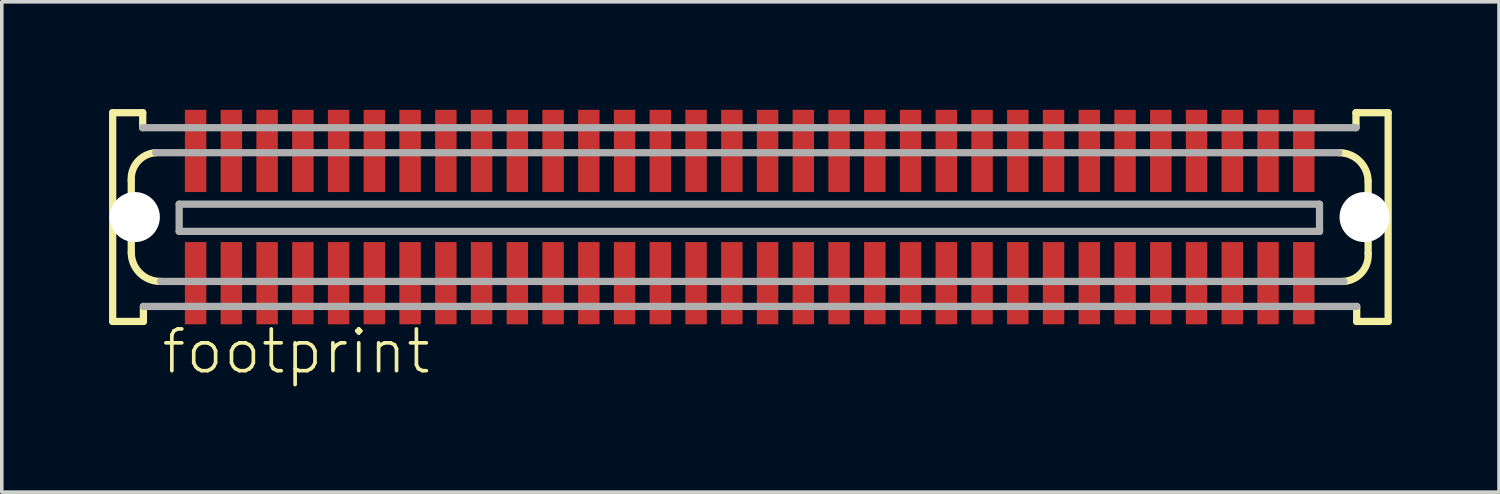
<source format=kicad_pcb>
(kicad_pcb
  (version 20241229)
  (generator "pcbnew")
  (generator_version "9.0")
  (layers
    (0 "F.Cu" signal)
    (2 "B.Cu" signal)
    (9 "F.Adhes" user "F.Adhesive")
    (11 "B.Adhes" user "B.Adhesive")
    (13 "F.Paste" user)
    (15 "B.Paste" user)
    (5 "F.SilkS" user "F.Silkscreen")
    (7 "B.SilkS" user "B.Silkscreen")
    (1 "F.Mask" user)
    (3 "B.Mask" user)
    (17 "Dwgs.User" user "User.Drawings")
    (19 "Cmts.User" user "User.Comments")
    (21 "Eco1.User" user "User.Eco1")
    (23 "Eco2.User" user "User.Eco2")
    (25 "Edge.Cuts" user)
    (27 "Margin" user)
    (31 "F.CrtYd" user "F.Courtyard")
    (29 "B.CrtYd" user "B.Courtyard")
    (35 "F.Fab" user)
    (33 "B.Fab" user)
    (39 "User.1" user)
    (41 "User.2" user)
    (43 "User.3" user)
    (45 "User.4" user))
  (footprint "footprint"
    (layer "F.Cu")
    (at 17.922 3.022)
    (property "Reference" "footprint" (at -16.51 4.445 0) (layer "F.SilkS") (effects (font (size 1.168 1.168) (thickness 0.102)) (justify left bottom)))
    (fp_line (start -17.82 -2.92) (end -16.98 -2.92) (stroke (width 0.203) (type solid)) (layer "F.SilkS"))
    (fp_line (start -17.82 2.92) (end -17.82 -2.92) (stroke (width 0.203) (type solid)) (layer "F.SilkS"))
    (fp_line (start -17.3 0.98) (end -17.3 -1.02) (stroke (width 0.203) (type solid)) (layer "F.SilkS"))
    (fp_line (start -16.98 -2.92) (end -16.98 -2.5) (stroke (width 0.203) (type solid)) (layer "F.SilkS"))
    (fp_line (start -16.96 2.5) (end -16.96 2.92) (stroke (width 0.203) (type solid)) (layer "F.SilkS"))
    (fp_line (start -16.96 2.92) (end -17.82 2.92) (stroke (width 0.203) (type solid)) (layer "F.SilkS"))
    (fp_line (start 16.96 -2.92) (end 17.86 -2.92) (stroke (width 0.203) (type solid)) (layer "F.SilkS"))
    (fp_line (start 16.96 -2.5) (end 16.96 -2.92) (stroke (width 0.203) (type solid)) (layer "F.SilkS"))
    (fp_line (start 16.98 2.92) (end 16.98 2.5) (stroke (width 0.203) (type solid)) (layer "F.SilkS"))
    (fp_line (start 17.3 -0.98) (end 17.3 1.02) (stroke (width 0.203) (type solid)) (layer "F.SilkS"))
    (fp_line (start 17.86 -2.92) (end 17.86 2.92) (stroke (width 0.203) (type solid)) (layer "F.SilkS"))
    (fp_line (start 17.86 2.92) (end 16.98 2.92) (stroke (width 0.203) (type solid)) (layer "F.SilkS"))
    (fp_arc (start -17.3 -1.02) (mid -17.121543 -1.550833) (end -16.62 -1.8) (stroke (width 0.2032) (type solid)) (layer "F.SilkS"))
    (fp_arc (start -16.48 1.8) (mid -17.055686 1.569827) (end -17.300001 0.999999) (stroke (width 0.2032) (type solid)) (layer "F.SilkS"))
    (fp_arc (start 16.48 -1.8) (mid 17.055686 -1.569827) (end 17.300001 -0.999999) (stroke (width 0.2032) (type solid)) (layer "F.SilkS"))
    (fp_arc (start 17.3 1.02) (mid 17.121543 1.550833) (end 16.62 1.8) (stroke (width 0.2032) (type solid)) (layer "F.SilkS"))
    (fp_line (start -16.98 -2.5) (end 16.96 -2.5) (stroke (width 0.203) (type solid)) (layer "F.Fab"))
    (fp_line (start -16.62 -1.8) (end 16.48 -1.8) (stroke (width 0.203) (type solid)) (layer "F.Fab"))
    (fp_line (start -15.96 -0.36) (end 15.94 -0.36) (stroke (width 0.203) (type solid)) (layer "F.Fab"))
    (fp_line (start -15.96 0.4) (end -15.96 -0.36) (stroke (width 0.203) (type solid)) (layer "F.Fab"))
    (fp_line (start 15.94 -0.36) (end 15.94 0.4) (stroke (width 0.203) (type solid)) (layer "F.Fab"))
    (fp_line (start 15.94 0.4) (end -15.96 0.4) (stroke (width 0.203) (type solid)) (layer "F.Fab"))
    (fp_line (start 16.6 1.8) (end -16.48 1.8) (stroke (width 0.203) (type solid)) (layer "F.Fab"))
    (fp_line (start 16.62 1.8) (end 16.6 1.8) (stroke (width 0.203) (type solid)) (layer "F.Fab"))
    (fp_line (start 16.98 2.5) (end -16.96 2.5) (stroke (width 0.203) (type solid)) (layer "F.Fab"))
    (pad "" np_thru_hole circle (at -17.2 0) (size 1.4 1.4) (drill 1.4) (layers "*.Cu" "*.Mask"))
    (pad "" np_thru_hole circle (at 17.2 0) (size 1.4 1.4) (drill 1.4) (layers "*.Cu" "*.Mask"))
    (pad "1" smd rect (at -15.5 1.85) (size 0.6 2.3) (layers "F.Cu" "F.Mask" "F.Paste"))
    (pad "2" smd rect (at -14.5 1.85) (size 0.6 2.3) (layers "F.Cu" "F.Mask" "F.Paste"))
    (pad "3" smd rect (at -13.5 1.85) (size 0.6 2.3) (layers "F.Cu" "F.Mask" "F.Paste"))
    (pad "4" smd rect (at -12.5 1.85) (size 0.6 2.3) (layers "F.Cu" "F.Mask" "F.Paste"))
    (pad "5" smd rect (at -11.5 1.85) (size 0.6 2.3) (layers "F.Cu" "F.Mask" "F.Paste"))
    (pad "6" smd rect (at -10.5 1.85) (size 0.6 2.3) (layers "F.Cu" "F.Mask" "F.Paste"))
    (pad "7" smd rect (at -9.5 1.85) (size 0.6 2.3) (layers "F.Cu" "F.Mask" "F.Paste"))
    (pad "8" smd rect (at -8.5 1.85) (size 0.6 2.3) (layers "F.Cu" "F.Mask" "F.Paste"))
    (pad "9" smd rect (at -7.5 1.85) (size 0.6 2.3) (layers "F.Cu" "F.Mask" "F.Paste"))
    (pad "10" smd rect (at -6.5 1.85) (size 0.6 2.3) (layers "F.Cu" "F.Mask" "F.Paste"))
    (pad "11" smd rect (at -5.5 1.85) (size 0.6 2.3) (layers "F.Cu" "F.Mask" "F.Paste"))
    (pad "12" smd rect (at -4.5 1.85) (size 0.6 2.3) (layers "F.Cu" "F.Mask" "F.Paste"))
    (pad "13" smd rect (at -3.5 1.85) (size 0.6 2.3) (layers "F.Cu" "F.Mask" "F.Paste"))
    (pad "14" smd rect (at -2.5 1.85) (size 0.6 2.3) (layers "F.Cu" "F.Mask" "F.Paste"))
    (pad "15" smd rect (at -1.5 1.85) (size 0.6 2.3) (layers "F.Cu" "F.Mask" "F.Paste"))
    (pad "16" smd rect (at -0.5 1.85) (size 0.6 2.3) (layers "F.Cu" "F.Mask" "F.Paste"))
    (pad "17" smd rect (at 0.5 1.85) (size 0.6 2.3) (layers "F.Cu" "F.Mask" "F.Paste"))
    (pad "18" smd rect (at 1.5 1.85) (size 0.6 2.3) (layers "F.Cu" "F.Mask" "F.Paste"))
    (pad "19" smd rect (at 2.5 1.85) (size 0.6 2.3) (layers "F.Cu" "F.Mask" "F.Paste"))
    (pad "20" smd rect (at 3.5 1.85) (size 0.6 2.3) (layers "F.Cu" "F.Mask" "F.Paste"))
    (pad "21" smd rect (at 4.5 1.85) (size 0.6 2.3) (layers "F.Cu" "F.Mask" "F.Paste"))
    (pad "22" smd rect (at 5.5 1.85) (size 0.6 2.3) (layers "F.Cu" "F.Mask" "F.Paste"))
    (pad "23" smd rect (at 6.5 1.85) (size 0.6 2.3) (layers "F.Cu" "F.Mask" "F.Paste"))
    (pad "24" smd rect (at 7.5 1.85) (size 0.6 2.3) (layers "F.Cu" "F.Mask" "F.Paste"))
    (pad "25" smd rect (at 8.5 1.85) (size 0.6 2.3) (layers "F.Cu" "F.Mask" "F.Paste"))
    (pad "26" smd rect (at 9.5 1.85) (size 0.6 2.3) (layers "F.Cu" "F.Mask" "F.Paste"))
    (pad "27" smd rect (at 10.5 1.85) (size 0.6 2.3) (layers "F.Cu" "F.Mask" "F.Paste"))
    (pad "28" smd rect (at 11.5 1.85) (size 0.6 2.3) (layers "F.Cu" "F.Mask" "F.Paste"))
    (pad "29" smd rect (at 12.5 1.85) (size 0.6 2.3) (layers "F.Cu" "F.Mask" "F.Paste"))
    (pad "30" smd rect (at 13.5 1.85) (size 0.6 2.3) (layers "F.Cu" "F.Mask" "F.Paste"))
    (pad "31" smd rect (at 14.5 1.85) (size 0.6 2.3) (layers "F.Cu" "F.Mask" "F.Paste"))
    (pad "32" smd rect (at 15.5 1.85) (size 0.6 2.3) (layers "F.Cu" "F.Mask" "F.Paste"))
    (pad "33" smd rect (at -15.5 -1.85) (size 0.6 2.3) (layers "F.Cu" "F.Mask" "F.Paste"))
    (pad "34" smd rect (at -14.5 -1.85) (size 0.6 2.3) (layers "F.Cu" "F.Mask" "F.Paste"))
    (pad "35" smd rect (at -13.5 -1.85) (size 0.6 2.3) (layers "F.Cu" "F.Mask" "F.Paste"))
    (pad "36" smd rect (at -12.5 -1.85) (size 0.6 2.3) (layers "F.Cu" "F.Mask" "F.Paste"))
    (pad "37" smd rect (at -11.5 -1.85) (size 0.6 2.3) (layers "F.Cu" "F.Mask" "F.Paste"))
    (pad "38" smd rect (at -10.5 -1.85) (size 0.6 2.3) (layers "F.Cu" "F.Mask" "F.Paste"))
    (pad "39" smd rect (at -9.5 -1.85) (size 0.6 2.3) (layers "F.Cu" "F.Mask" "F.Paste"))
    (pad "40" smd rect (at -8.5 -1.85) (size 0.6 2.3) (layers "F.Cu" "F.Mask" "F.Paste"))
    (pad "41" smd rect (at -7.5 -1.85) (size 0.6 2.3) (layers "F.Cu" "F.Mask" "F.Paste"))
    (pad "42" smd rect (at -6.5 -1.85) (size 0.6 2.3) (layers "F.Cu" "F.Mask" "F.Paste"))
    (pad "43" smd rect (at -5.5 -1.85) (size 0.6 2.3) (layers "F.Cu" "F.Mask" "F.Paste"))
    (pad "44" smd rect (at -4.5 -1.85) (size 0.6 2.3) (layers "F.Cu" "F.Mask" "F.Paste"))
    (pad "45" smd rect (at -3.5 -1.85) (size 0.6 2.3) (layers "F.Cu" "F.Mask" "F.Paste"))
    (pad "46" smd rect (at -2.5 -1.85) (size 0.6 2.3) (layers "F.Cu" "F.Mask" "F.Paste"))
    (pad "47" smd rect (at -1.5 -1.85) (size 0.6 2.3) (layers "F.Cu" "F.Mask" "F.Paste"))
    (pad "48" smd rect (at -0.5 -1.85) (size 0.6 2.3) (layers "F.Cu" "F.Mask" "F.Paste"))
    (pad "49" smd rect (at 0.5 -1.85) (size 0.6 2.3) (layers "F.Cu" "F.Mask" "F.Paste"))
    (pad "50" smd rect (at 1.5 -1.85) (size 0.6 2.3) (layers "F.Cu" "F.Mask" "F.Paste"))
    (pad "51" smd rect (at 2.5 -1.85) (size 0.6 2.3) (layers "F.Cu" "F.Mask" "F.Paste"))
    (pad "52" smd rect (at 3.5 -1.85) (size 0.6 2.3) (layers "F.Cu" "F.Mask" "F.Paste"))
    (pad "53" smd rect (at 4.5 -1.85) (size 0.6 2.3) (layers "F.Cu" "F.Mask" "F.Paste"))
    (pad "54" smd rect (at 5.5 -1.85) (size 0.6 2.3) (layers "F.Cu" "F.Mask" "F.Paste"))
    (pad "55" smd rect (at 6.5 -1.85) (size 0.6 2.3) (layers "F.Cu" "F.Mask" "F.Paste"))
    (pad "56" smd rect (at 7.5 -1.85) (size 0.6 2.3) (layers "F.Cu" "F.Mask" "F.Paste"))
    (pad "57" smd rect (at 8.5 -1.85) (size 0.6 2.3) (layers "F.Cu" "F.Mask" "F.Paste"))
    (pad "58" smd rect (at 9.5 -1.85) (size 0.6 2.3) (layers "F.Cu" "F.Mask" "F.Paste"))
    (pad "59" smd rect (at 10.5 -1.85) (size 0.6 2.3) (layers "F.Cu" "F.Mask" "F.Paste"))
    (pad "60" smd rect (at 11.5 -1.85) (size 0.6 2.3) (layers "F.Cu" "F.Mask" "F.Paste"))
    (pad "61" smd rect (at 12.5 -1.85) (size 0.6 2.3) (layers "F.Cu" "F.Mask" "F.Paste"))
    (pad "62" smd rect (at 13.5 -1.85) (size 0.6 2.3) (layers "F.Cu" "F.Mask" "F.Paste"))
    (pad "63" smd rect (at 14.5 -1.85) (size 0.6 2.3) (layers "F.Cu" "F.Mask" "F.Paste"))
    (pad "64" smd rect (at 15.5 -1.85) (size 0.6 2.3) (layers "F.Cu" "F.Mask" "F.Paste")))
  (gr_rect
    (start -3 -3)
    (end 38.883 10.717)
    (stroke (width 0.1) (type default))
    (fill no)
    (layer "Edge.Cuts")))
</source>
